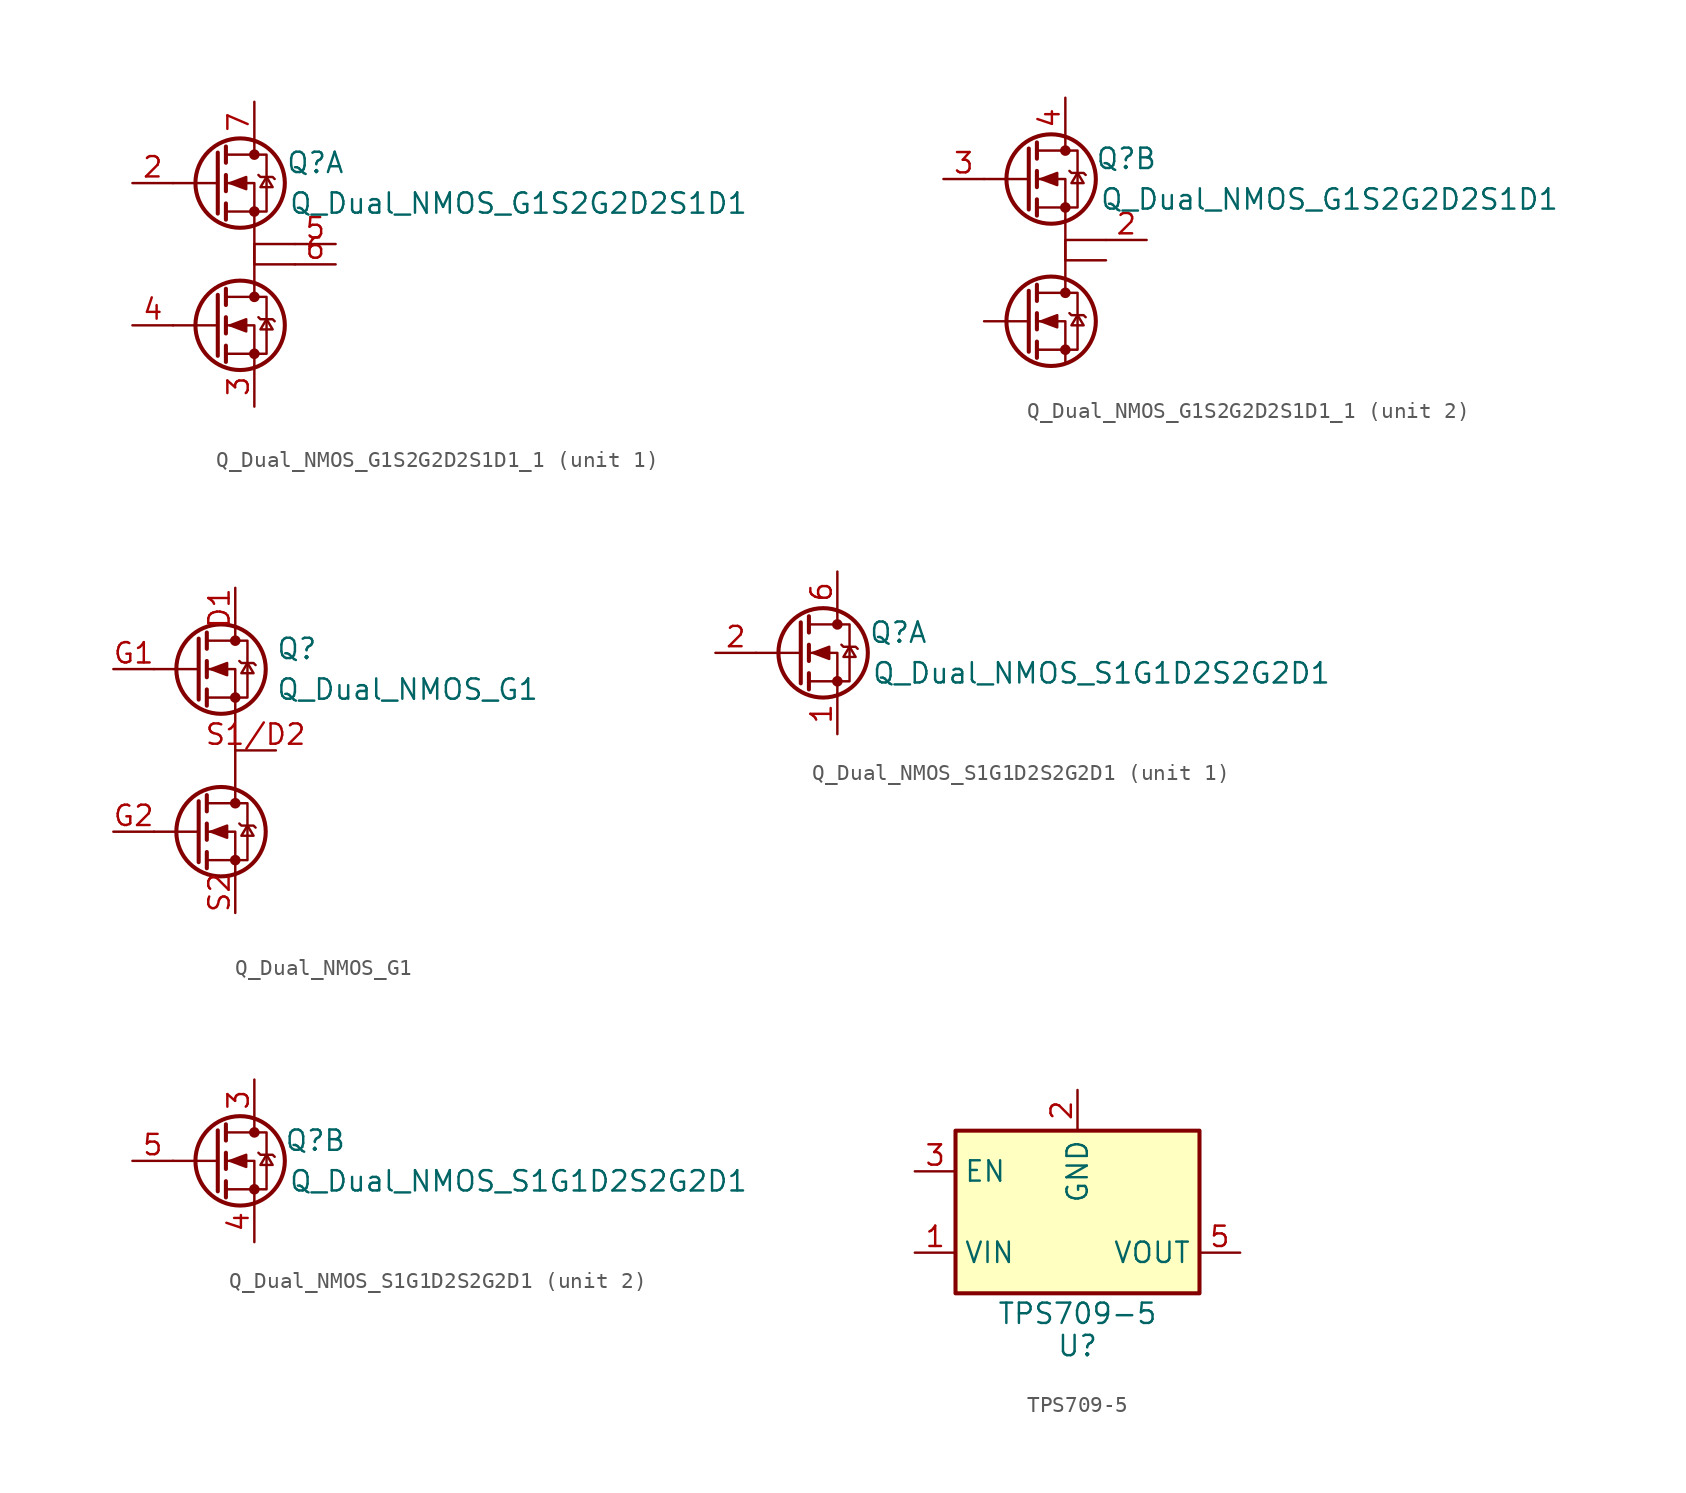
<source format=kicad_sym>
(kicad_symbol_lib
  (version 20220914)
  (generator kicad_symbol_editor)
  (symbol "Q_Dual_NMOS_G1S2G2D2S1D1_1"
    (pin_names
      (offset 0) hide)
    (property "Reference" "Q"
      (at 6.35 1.27 0)
      (effects (font (size 1.27 1.27))))
    (property "Value" "Q_Dual_NMOS_G1S2G2D2S1D1"
      (at 19.05 -1.27 0)
      (effects (font (size 1.27 1.27))))
    (symbol "Q_Dual_NMOS_G1S2G2D2S1D1_1_0_1"
      (polyline (pts (xy 0.254 -8.89) (xy -2.54 -8.89)) (stroke (width 0) (type default)) (fill (type none)))
      (polyline (pts (xy 0.254 -6.985) (xy 0.254 -10.795)) (stroke (width 0.254) (type default)) (fill (type none)))
      (polyline (pts (xy 0.254 0) (xy -2.54 0)) (stroke (width 0) (type default)) (fill (type none)))
      (polyline (pts (xy 0.254 1.905) (xy 0.254 -1.905)) (stroke (width 0.254) (type default)) (fill (type none)))
      (polyline (pts (xy 0.762 -10.16) (xy 0.762 -11.176)) (stroke (width 0.254) (type default)) (fill (type none)))
      (polyline (pts (xy 0.762 -8.382) (xy 0.762 -9.398)) (stroke (width 0.254) (type default)) (fill (type none)))
      (polyline (pts (xy 0.762 -6.604) (xy 0.762 -7.62)) (stroke (width 0.254) (type default)) (fill (type none)))
      (polyline (pts (xy 0.762 -1.27) (xy 0.762 -2.286)) (stroke (width 0.254) (type default)) (fill (type none)))
      (polyline (pts (xy 0.762 0.508) (xy 0.762 -0.508)) (stroke (width 0.254) (type default)) (fill (type none)))
      (polyline (pts (xy 0.762 2.286) (xy 0.762 1.27)) (stroke (width 0.254) (type default)) (fill (type none)))
      (polyline (pts (xy 2.54 -6.35) (xy 2.54 -7.112)) (stroke (width 0) (type default)) (fill (type none)))
      (polyline (pts (xy 2.54 2.54) (xy 2.54 1.778)) (stroke (width 0) (type default)) (fill (type none)))
      (polyline (pts (xy 2.54 -11.43) (xy 2.54 -8.89) (xy 0.762 -8.89)) (stroke (width 0) (type default)) (fill (type none)))
      (polyline (pts (xy 2.54 -6.35) (xy 2.54 -3.81) (xy 5.08 -3.81)) (stroke (width 0) (type default)) (fill (type none)))
      (polyline (pts (xy 2.54 -2.54) (xy 2.54 0) (xy 0.762 0)) (stroke (width 0) (type default)) (fill (type none)))
      (polyline (pts (xy 0.762 -10.668) (xy 3.302 -10.668) (xy 3.302 -7.112) (xy 0.762 -7.112)) (stroke (width 0) (type default)) (fill (type none)))
      (polyline (pts (xy 0.762 -1.778) (xy 3.302 -1.778) (xy 3.302 1.778) (xy 0.762 1.778)) (stroke (width 0) (type default)) (fill (type none)))
      (polyline (pts (xy 1.016 -8.89) (xy 2.032 -8.509) (xy 2.032 -9.271) (xy 1.016 -8.89)) (stroke (width 0) (type default)) (fill (type outline)))
      (polyline (pts (xy 1.016 0) (xy 2.032 0.381) (xy 2.032 -0.381) (xy 1.016 0)) (stroke (width 0) (type default)) (fill (type outline)))
      (polyline (pts (xy 2.794 -8.382) (xy 2.921 -8.509) (xy 3.683 -8.509) (xy 3.81 -8.636)) (stroke (width 0) (type default)) (fill (type none)))
      (polyline (pts (xy 2.794 0.508) (xy 2.921 0.381) (xy 3.683 0.381) (xy 3.81 0.254)) (stroke (width 0) (type default)) (fill (type none)))
      (polyline (pts (xy 3.302 -8.509) (xy 2.921 -9.144) (xy 3.683 -9.144) (xy 3.302 -8.509)) (stroke (width 0) (type default)) (fill (type none)))
      (polyline (pts (xy 3.302 0.381) (xy 2.921 -0.254) (xy 3.683 -0.254) (xy 3.302 0.381)) (stroke (width 0) (type default)) (fill (type none)))
      (polyline (pts (xy 5.08 -5.08) (xy 2.54 -5.08) (xy 2.54 -2.54) (xy 2.54 -3.81)) (stroke (width 0) (type default)) (fill (type none)))
      (circle (center 1.651 -8.89) (radius 2.794) (stroke (width 0.254) (type default)) (fill (type none)))
      (circle (center 1.651 0) (radius 2.794) (stroke (width 0.254) (type default)) (fill (type none)))
      (circle (center 2.54 -10.668) (radius 0.254) (stroke (width 0) (type default)) (fill (type outline)))
      (circle (center 2.54 -7.112) (radius 0.254) (stroke (width 0) (type default)) (fill (type outline)))
      (circle (center 2.54 -1.778) (radius 0.254) (stroke (width 0) (type default)) (fill (type outline)))
      (circle (center 2.54 1.778) (radius 0.254) (stroke (width 0) (type default)) (fill (type outline))))
    (symbol "Q_Dual_NMOS_G1S2G2D2S1D1_1_1_1"
      (pin input line (at -5.08 0 0) (length 2.54) (name "G1" (effects (font (size 1.27 1.27)))) (number "2" (effects (font (size 1.27 1.27)))))
      (pin passive line (at 2.54 -13.97 90) (length 2.54) (name "S" (effects (font (size 1.27 1.27)))) (number "3" (effects (font (size 1.27 1.27)))))
      (pin input line (at -5.08 -8.89 0) (length 2.54) (name "G2" (effects (font (size 1.27 1.27)))) (number "4" (effects (font (size 1.27 1.27)))))
      (pin passive line (at 7.62 -3.81 180) (length 2.54) (name "D/S" (effects (font (size 1.27 1.27)))) (number "5" (effects (font (size 1.27 1.27)))))
      (pin passive line (at 7.62 -5.08 180) (length 2.54) (name "D/S" (effects (font (size 1.27 1.27)))) (number "6" (effects (font (size 1.27 1.27)))))
      (pin passive line (at 2.54 5.08 270) (length 2.54) (name "D" (effects (font (size 1.27 1.27)))) (number "7" (effects (font (size 1.27 1.27))))))
    (symbol "Q_Dual_NMOS_G1S2G2D2S1D1_1_2_1"
      (pin passive line (at 7.62 -3.81 180) (length 2.54) (name "D/S" (effects (font (size 1.27 1.27)))) (number "2" (effects (font (size 1.27 1.27)))))
      (pin input line (at -5.08 0 0) (length 2.54) (name "G1" (effects (font (size 1.27 1.27)))) (number "3" (effects (font (size 1.27 1.27)))))
      (pin passive line (at 2.54 5.08 270) (length 2.54) (name "D" (effects (font (size 1.27 1.27)))) (number "4" (effects (font (size 1.27 1.27)))))))
  (symbol "Q_Dual_NMOS_G1"
    (pin_names
      (offset 0) hide)
    (property "Reference" "Q"
      (at 3.81 6.35 0)
      (effects (font (size 1.27 1.27)) (justify left)))
    (property "Value" "Q_Dual_NMOS_G1"
      (at 3.81 3.81 0)
      (effects (font (size 1.27 1.27)) (justify left)))
    (symbol "Q_Dual_NMOS_G1_0_1"
      (polyline (pts (xy -1.016 -5.08) (xy -3.81 -5.08)) (stroke (width 0) (type default)) (fill (type none)))
      (polyline (pts (xy -1.016 -3.175) (xy -1.016 -6.985)) (stroke (width 0.254) (type default)) (fill (type none)))
      (polyline (pts (xy -1.016 5.08) (xy -3.81 5.08)) (stroke (width 0) (type default)) (fill (type none)))
      (polyline (pts (xy -1.016 6.985) (xy -1.016 3.175)) (stroke (width 0.254) (type default)) (fill (type none)))
      (polyline (pts (xy -0.508 -6.35) (xy -0.508 -7.366)) (stroke (width 0.254) (type default)) (fill (type none)))
      (polyline (pts (xy -0.508 -4.572) (xy -0.508 -5.588)) (stroke (width 0.254) (type default)) (fill (type none)))
      (polyline (pts (xy -0.508 -2.794) (xy -0.508 -3.81)) (stroke (width 0.254) (type default)) (fill (type none)))
      (polyline (pts (xy -0.508 3.81) (xy -0.508 2.794)) (stroke (width 0.254) (type default)) (fill (type none)))
      (polyline (pts (xy -0.508 5.588) (xy -0.508 4.572)) (stroke (width 0.254) (type default)) (fill (type none)))
      (polyline (pts (xy -0.508 7.366) (xy -0.508 6.35)) (stroke (width 0.254) (type default)) (fill (type none)))
      (polyline (pts (xy 1.27 -2.54) (xy 1.27 -3.302)) (stroke (width 0) (type default)) (fill (type none)))
      (polyline (pts (xy 1.27 2.54) (xy 1.27 -2.54)) (stroke (width 0) (type default)) (fill (type none)))
      (polyline (pts (xy 1.27 7.62) (xy 1.27 6.858)) (stroke (width 0) (type default)) (fill (type none)))
      (polyline (pts (xy 1.27 -7.62) (xy 1.27 -5.08) (xy -0.508 -5.08)) (stroke (width 0) (type default)) (fill (type none)))
      (polyline (pts (xy 1.27 2.54) (xy 1.27 5.08) (xy -0.508 5.08)) (stroke (width 0) (type default)) (fill (type none)))
      (polyline (pts (xy -0.508 -6.858) (xy 2.032 -6.858) (xy 2.032 -3.302) (xy -0.508 -3.302)) (stroke (width 0) (type default)) (fill (type none)))
      (polyline (pts (xy -0.508 3.302) (xy 2.032 3.302) (xy 2.032 6.858) (xy -0.508 6.858)) (stroke (width 0) (type default)) (fill (type none)))
      (polyline (pts (xy -0.254 -5.08) (xy 0.762 -4.699) (xy 0.762 -5.461) (xy -0.254 -5.08)) (stroke (width 0) (type default)) (fill (type outline)))
      (polyline (pts (xy -0.254 5.08) (xy 0.762 5.461) (xy 0.762 4.699) (xy -0.254 5.08)) (stroke (width 0) (type default)) (fill (type outline)))
      (polyline (pts (xy 1.524 -4.572) (xy 1.651 -4.699) (xy 2.413 -4.699) (xy 2.54 -4.826)) (stroke (width 0) (type default)) (fill (type none)))
      (polyline (pts (xy 1.524 5.588) (xy 1.651 5.461) (xy 2.413 5.461) (xy 2.54 5.334)) (stroke (width 0) (type default)) (fill (type none)))
      (polyline (pts (xy 2.032 -4.699) (xy 1.651 -5.334) (xy 2.413 -5.334) (xy 2.032 -4.699)) (stroke (width 0) (type default)) (fill (type none)))
      (polyline (pts (xy 2.032 5.461) (xy 1.651 4.826) (xy 2.413 4.826) (xy 2.032 5.461)) (stroke (width 0) (type default)) (fill (type none)))
      (circle (center 0.381 -5.08) (radius 2.794) (stroke (width 0.254) (type default)) (fill (type none)))
      (circle (center 0.381 5.08) (radius 2.794) (stroke (width 0.254) (type default)) (fill (type none)))
      (circle (center 1.27 -6.858) (radius 0.254) (stroke (width 0) (type default)) (fill (type outline)))
      (circle (center 1.27 -3.302) (radius 0.254) (stroke (width 0) (type default)) (fill (type outline)))
      (circle (center 1.27 3.302) (radius 0.254) (stroke (width 0) (type default)) (fill (type outline)))
      (circle (center 1.27 6.858) (radius 0.254) (stroke (width 0) (type default)) (fill (type outline))))
    (symbol "Q_Dual_NMOS_G1_1_1"
      (pin passive line (at 1.27 10.16 270) (length 2.54) (name "D" (effects (font (size 1.27 1.27)))) (number "D1" (effects (font (size 1.27 1.27)))))
      (pin input line (at -6.35 5.08 0) (length 2.54) (name "G1" (effects (font (size 1.27 1.27)))) (number "G1" (effects (font (size 1.27 1.27)))))
      (pin input line (at -6.35 -5.08 0) (length 2.54) (name "G2" (effects (font (size 1.27 1.27)))) (number "G2" (effects (font (size 1.27 1.27)))))
      (pin passive line (at 3.81 0 180) (length 2.54) (name "S1/D2" (effects (font (size 1.27 1.27)))) (number "S1/D2" (effects (font (size 1.27 1.27)))))
      (pin passive line (at 1.27 -10.16 90) (length 2.54) (name "S2" (effects (font (size 1.27 1.27)))) (number "S2" (effects (font (size 1.27 1.27)))))))
  (symbol "Q_Dual_NMOS_S1G1D2S2G2D1"
    (pin_names
      (offset 0) hide)
    (property "Reference" "Q"
      (at 6.35 1.27 0)
      (effects (font (size 1.27 1.27))))
    (property "Value" "Q_Dual_NMOS_S1G1D2S2G2D1"
      (at 19.05 -1.27 0)
      (effects (font (size 1.27 1.27))))
    (symbol "Q_Dual_NMOS_S1G1D2S2G2D1_0_1"
      (polyline (pts (xy 0.254 0) (xy -2.54 0)) (stroke (width 0) (type default)) (fill (type none)))
      (polyline (pts (xy 0.254 1.905) (xy 0.254 -1.905)) (stroke (width 0.254) (type default)) (fill (type none)))
      (polyline (pts (xy 0.762 -1.27) (xy 0.762 -2.286)) (stroke (width 0.254) (type default)) (fill (type none)))
      (polyline (pts (xy 0.762 0.508) (xy 0.762 -0.508)) (stroke (width 0.254) (type default)) (fill (type none)))
      (polyline (pts (xy 0.762 2.286) (xy 0.762 1.27)) (stroke (width 0.254) (type default)) (fill (type none)))
      (polyline (pts (xy 2.54 2.54) (xy 2.54 1.778)) (stroke (width 0) (type default)) (fill (type none)))
      (polyline (pts (xy 2.54 -2.54) (xy 2.54 0) (xy 0.762 0)) (stroke (width 0) (type default)) (fill (type none)))
      (polyline (pts (xy 0.762 -1.778) (xy 3.302 -1.778) (xy 3.302 1.778) (xy 0.762 1.778)) (stroke (width 0) (type default)) (fill (type none)))
      (polyline (pts (xy 1.016 0) (xy 2.032 0.381) (xy 2.032 -0.381) (xy 1.016 0)) (stroke (width 0) (type default)) (fill (type outline)))
      (polyline (pts (xy 2.794 0.508) (xy 2.921 0.381) (xy 3.683 0.381) (xy 3.81 0.254)) (stroke (width 0) (type default)) (fill (type none)))
      (polyline (pts (xy 3.302 0.381) (xy 2.921 -0.254) (xy 3.683 -0.254) (xy 3.302 0.381)) (stroke (width 0) (type default)) (fill (type none)))
      (circle (center 1.651 0) (radius 2.794) (stroke (width 0.254) (type default)) (fill (type none)))
      (circle (center 2.54 -1.778) (radius 0.254) (stroke (width 0) (type default)) (fill (type outline)))
      (circle (center 2.54 1.778) (radius 0.254) (stroke (width 0) (type default)) (fill (type outline))))
    (symbol "Q_Dual_NMOS_S1G1D2S2G2D1_1_1"
      (pin passive line (at 2.54 -5.08 90) (length 2.54) (name "S" (effects (font (size 1.27 1.27)))) (number "1" (effects (font (size 1.27 1.27)))))
      (pin input line (at -5.08 0 0) (length 2.54) (name "G" (effects (font (size 1.27 1.27)))) (number "2" (effects (font (size 1.27 1.27)))))
      (pin passive line (at 2.54 5.08 270) (length 2.54) (name "D" (effects (font (size 1.27 1.27)))) (number "6" (effects (font (size 1.27 1.27))))))
    (symbol "Q_Dual_NMOS_S1G1D2S2G2D1_2_1"
      (pin passive line (at 2.54 5.08 270) (length 2.54) (name "D" (effects (font (size 1.27 1.27)))) (number "3" (effects (font (size 1.27 1.27)))))
      (pin passive line (at 2.54 -5.08 90) (length 2.54) (name "S" (effects (font (size 1.27 1.27)))) (number "4" (effects (font (size 1.27 1.27)))))
      (pin input line (at -5.08 0 0) (length 2.54) (name "G" (effects (font (size 1.27 1.27)))) (number "5" (effects (font (size 1.27 1.27)))))))
  (symbol "TPS709-5"
    (property "Reference" "U"
      (at 0 -7.62 0)
      (effects (font (size 1.27 1.27)) (justify top)))
    (property "Value" "TPS709-5"
      (at 0 -6.35 0)
      (effects (font (size 1.27 1.27))))
    (symbol "TPS709-5_0_1"
      (rectangle (start -7.62 5.08) (end 7.62 -5.08) (stroke (width 0.254) (type default)) (fill (type background))))
    (symbol "TPS709-5_1_1"
      (pin power_in line (at -10.16 -2.54 0) (length 2.54) (name "VIN" (effects (font (size 1.27 1.27)))) (number "1" (effects (font (size 1.27 1.27)))))
      (pin power_in line (at 0 7.62 270) (length 2.54) (name "GND" (effects (font (size 1.27 1.27)))) (number "2" (effects (font (size 1.27 1.27)))))
      (pin input line (at -10.16 2.54 0) (length 2.54) (name "EN" (effects (font (size 1.27 1.27)))) (number "3" (effects (font (size 1.27 1.27)))))
      (pin no_connect line (at 7.62 0 180) (length 2.54) hide (name "NC" (effects (font (size 1.27 1.27)))) (number "4" (effects (font (size 1.27 1.27)))))
      (pin power_out line (at 10.16 -2.54 180) (length 2.54) (name "VOUT" (effects (font (size 1.27 1.27)))) (number "5" (effects (font (size 1.27 1.27))))))))
</source>
